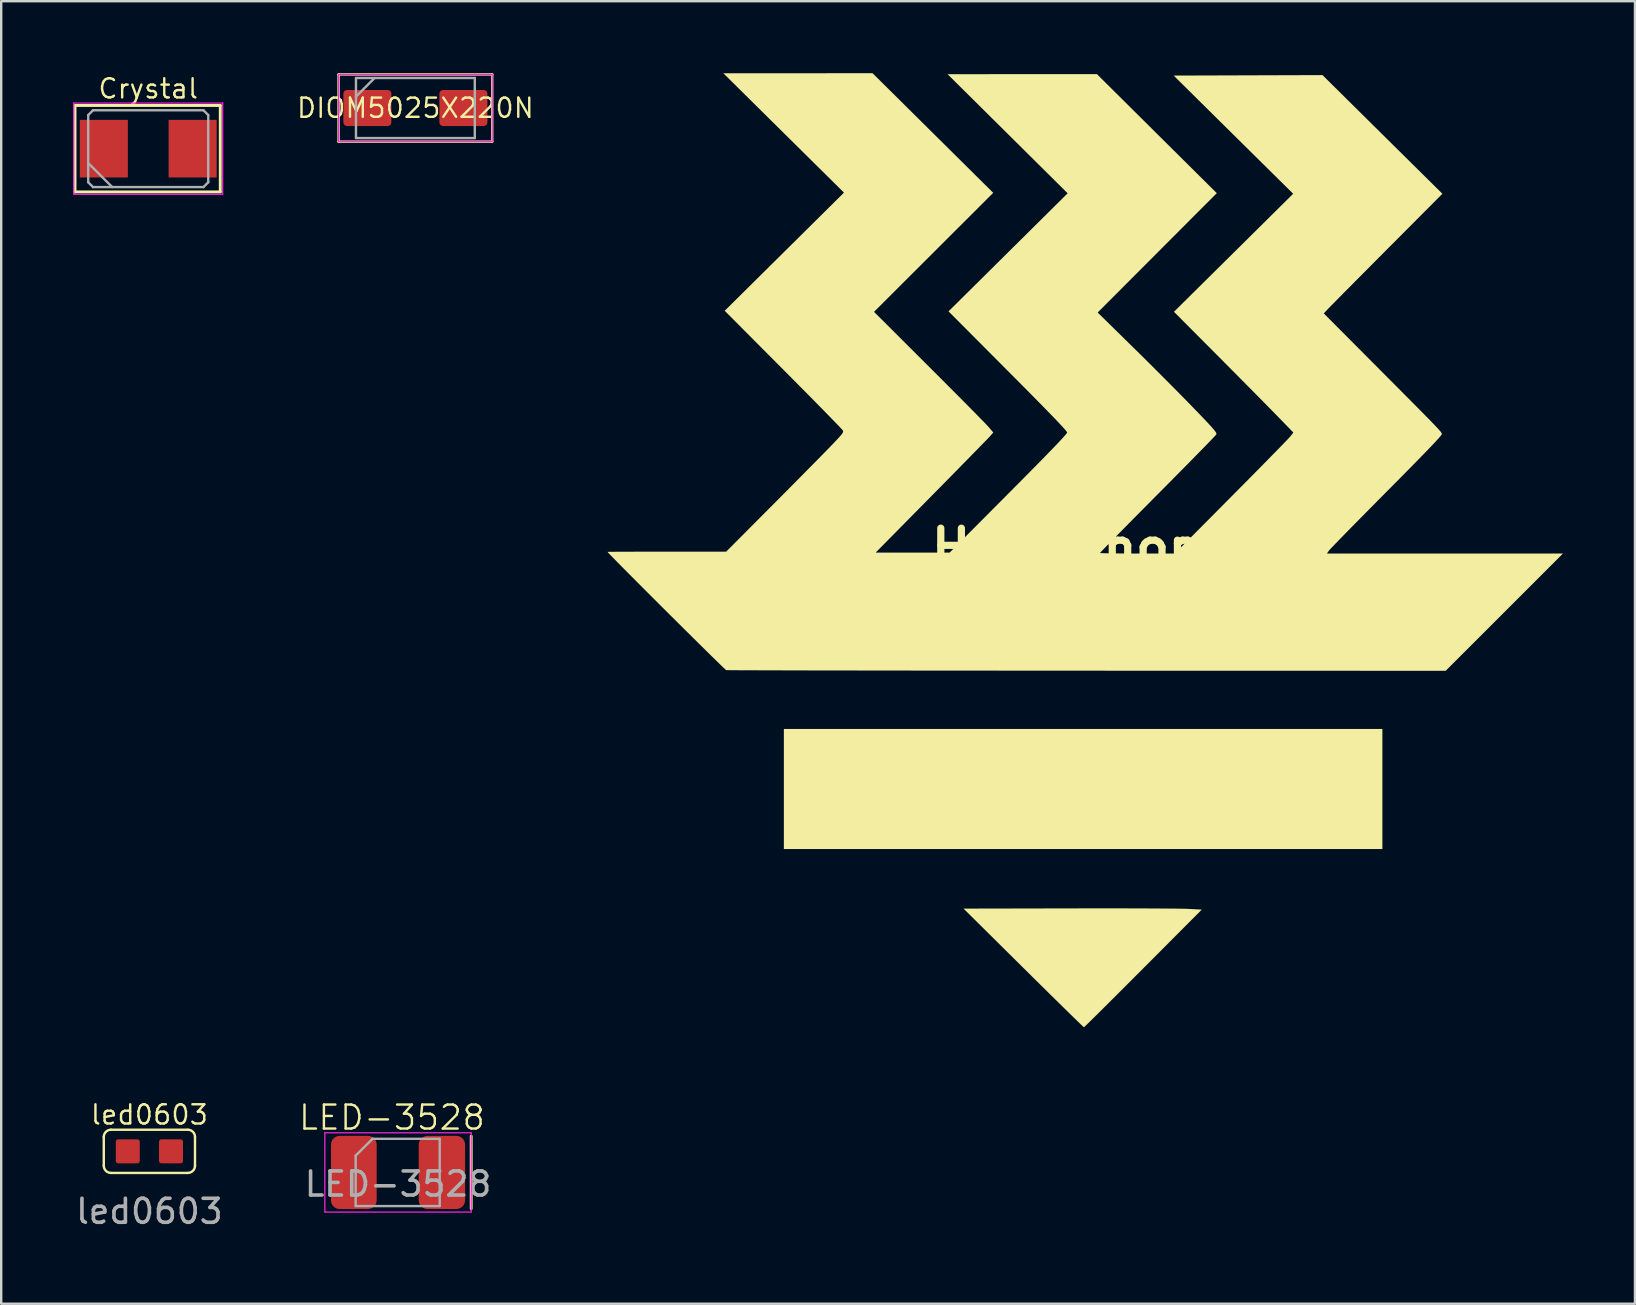
<source format=kicad_pcb>
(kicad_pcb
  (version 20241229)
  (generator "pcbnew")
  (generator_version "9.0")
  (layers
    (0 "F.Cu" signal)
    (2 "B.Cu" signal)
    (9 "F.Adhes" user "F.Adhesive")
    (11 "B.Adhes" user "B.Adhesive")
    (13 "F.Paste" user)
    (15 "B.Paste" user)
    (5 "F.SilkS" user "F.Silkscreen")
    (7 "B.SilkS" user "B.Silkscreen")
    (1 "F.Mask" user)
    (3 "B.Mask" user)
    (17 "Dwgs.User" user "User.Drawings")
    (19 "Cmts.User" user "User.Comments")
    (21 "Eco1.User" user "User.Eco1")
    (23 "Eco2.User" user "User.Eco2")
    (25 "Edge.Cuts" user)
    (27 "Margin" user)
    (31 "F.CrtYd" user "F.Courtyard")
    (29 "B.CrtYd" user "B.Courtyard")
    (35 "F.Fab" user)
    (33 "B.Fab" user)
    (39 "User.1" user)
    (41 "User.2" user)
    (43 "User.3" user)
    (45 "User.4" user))
  (footprint "led0603"
    (layer "F.Cu")
    (at 3.173 44.909)
    (property "Reference" "led0603" (at 0 -1.524 0) (unlocked yes) (layer "F.SilkS") (effects (font (size 0.8 0.8) (thickness 0.1))))
    (attr smd)
    (fp_line (start -1.9 0.6) (end -1.9 -0.6) (stroke (width 0.1) (type default)) (layer "F.SilkS"))
    (fp_line (start -1.6 -0.9) (end 1.6 -0.9) (stroke (width 0.1) (type default)) (layer "F.SilkS"))
    (fp_line (start -1.6 0.9) (end 1.6 0.9) (stroke (width 0.1) (type default)) (layer "F.SilkS"))
    (fp_line (start 1.9 -0.6) (end 1.9 0.6) (stroke (width 0.1) (type default)) (layer "F.SilkS"))
    (fp_arc (start -1.9 -0.6) (mid -1.812132 -0.812132) (end -1.6 -0.9) (stroke (width 0.1) (type default)) (layer "F.SilkS"))
    (fp_arc (start -1.6 0.9) (mid -1.812132 0.812132) (end -1.9 0.6) (stroke (width 0.1) (type default)) (layer "F.SilkS"))
    (fp_arc (start 1.6 -0.9) (mid 1.812132 -0.812132) (end 1.9 -0.6) (stroke (width 0.1) (type default)) (layer "F.SilkS"))
    (fp_arc (start 1.9 0.6) (mid 1.812132 0.812132) (end 1.6 0.9) (stroke (width 0.1) (type default)) (layer "F.SilkS"))
    (fp_text user "${REFERENCE}" (at 0 2.5 0) (unlocked yes) (layer "F.Fab") (effects (font (size 1 1) (thickness 0.15))))
    (pad "1" smd roundrect (at -0.9 0) (size 1 1) (layers "F.Cu" "F.Mask" "F.Paste") (roundrect_rratio 0.1))
    (pad "2" smd roundrect (at 0.9 0) (size 1 1) (layers "F.Cu" "F.Mask" "F.Paste") (roundrect_rratio 0.1)))
  (footprint "Crystal"
    (layer "F.Cu")
    (at 3.125 3.143)
    (property "Reference" "Crystal" (at 0 -2.5 0) (unlocked yes) (layer "F.SilkS") (effects (font (size 0.8 0.8) (thickness 0.1))))
    (attr smd)
    (fp_line (start -3.05 -1.8) (end -3.05 1.8) (stroke (width 0.12) (type solid)) (layer "F.SilkS"))
    (fp_line (start -3.05 1.8) (end 3 1.8) (stroke (width 0.12) (type solid)) (layer "F.SilkS"))
    (fp_line (start 3 -1.8) (end -3.05 -1.8) (stroke (width 0.12) (type solid)) (layer "F.SilkS"))
    (fp_line (start 3 -1.8) (end 3 1.8) (stroke (width 0.12) (type solid)) (layer "F.SilkS"))
    (fp_line (start -3.1 -1.9) (end -3.1 1.9) (stroke (width 0.05) (type solid)) (layer "F.CrtYd"))
    (fp_line (start -3.1 1.9) (end 3.1 1.9) (stroke (width 0.05) (type solid)) (layer "F.CrtYd"))
    (fp_line (start 3.1 -1.9) (end -3.1 -1.9) (stroke (width 0.05) (type solid)) (layer "F.CrtYd"))
    (fp_line (start 3.1 1.9) (end 3.1 -1.9) (stroke (width 0.05) (type solid)) (layer "F.CrtYd"))
    (fp_line (start -2.5 -1.4) (end -2.3 -1.6) (stroke (width 0.1) (type solid)) (layer "F.Fab"))
    (fp_line (start -2.5 0.6) (end -1.5 1.6) (stroke (width 0.1) (type solid)) (layer "F.Fab"))
    (fp_line (start -2.5 1.4) (end -2.5 -1.4) (stroke (width 0.1) (type solid)) (layer "F.Fab"))
    (fp_line (start -2.3 -1.6) (end 2.3 -1.6) (stroke (width 0.1) (type solid)) (layer "F.Fab"))
    (fp_line (start -2.3 1.6) (end -2.5 1.4) (stroke (width 0.1) (type solid)) (layer "F.Fab"))
    (fp_line (start 2.3 -1.6) (end 2.5 -1.4) (stroke (width 0.1) (type solid)) (layer "F.Fab"))
    (fp_line (start 2.3 1.6) (end -2.3 1.6) (stroke (width 0.1) (type solid)) (layer "F.Fab"))
    (fp_line (start 2.5 -1.4) (end 2.5 1.4) (stroke (width 0.1) (type solid)) (layer "F.Fab"))
    (fp_line (start 2.5 1.4) (end 2.3 1.6) (stroke (width 0.1) (type solid)) (layer "F.Fab"))
    (pad "1" smd rect (at -1.85 0) (size 2 2.4) (layers "F.Cu" "F.Mask" "F.Paste"))
    (pad "2" smd rect (at 1.85 0) (size 2 2.4) (layers "F.Cu" "F.Mask" "F.Paste")))
  (footprint "DIOM5025X220N"
    (layer "F.Cu")
    (at 14.253 1.45)
    (property "Reference" "DIOM5025X220N" (at 0 0 0) (layer "F.SilkS") (effects (font (size 0.8 0.8) (thickness 0.1))))
    (attr smd)
    (fp_line (start -3.2 1.4) (end -3.2 -1.4) (stroke (width 0.1) (type solid)) (layer "F.SilkS"))
    (fp_line (start -3.2 1.4) (end 3.2 1.4) (stroke (width 0.1) (type solid)) (layer "F.SilkS"))
    (fp_line (start 3.2 -1.4) (end -3.2 -1.4) (stroke (width 0.1) (type solid)) (layer "F.SilkS"))
    (fp_line (start 3.2 -1.4) (end 3.2 1.4) (stroke (width 0.1) (type solid)) (layer "F.SilkS"))
    (fp_line (start -3.2 -1.4) (end 3.2 -1.4) (stroke (width 0.05) (type solid)) (layer "F.CrtYd"))
    (fp_line (start -3.2 1.4) (end -3.2 -1.4) (stroke (width 0.05) (type solid)) (layer "F.CrtYd"))
    (fp_line (start 3.2 -1.4) (end 3.2 1.4) (stroke (width 0.05) (type solid)) (layer "F.CrtYd"))
    (fp_line (start 3.2 1.4) (end -3.2 1.4) (stroke (width 0.05) (type solid)) (layer "F.CrtYd"))
    (fp_line (start -2.475 -1.25) (end 2.475 -1.25) (stroke (width 0.1) (type solid)) (layer "F.Fab"))
    (fp_line (start -2.475 -0.475) (end -1.7 -1.25) (stroke (width 0.1) (type solid)) (layer "F.Fab"))
    (fp_line (start -2.475 1.25) (end -2.475 -1.25) (stroke (width 0.1) (type solid)) (layer "F.Fab"))
    (fp_line (start 2.475 -1.25) (end 2.475 1.25) (stroke (width 0.1) (type solid)) (layer "F.Fab"))
    (fp_line (start 2.475 1.25) (end -2.475 1.25) (stroke (width 0.1) (type solid)) (layer "F.Fab"))
    (pad "1" smd roundrect (at -2 0 90) (size 1.5 2) (layers "F.Cu" "F.Mask" "F.Paste") (roundrect_rratio 0.1))
    (pad "2" smd roundrect (at 2 0 90) (size 1.5 2) (layers "F.Cu" "F.Mask" "F.Paste") (roundrect_rratio 0.1)))
  (footprint "Hwa Chong"
    (layer "F.Cu")
    (at 42.068 19.773)
    (property "Reference" "Hwa Chong" (at 0 0 0) (layer "F.SilkS") (effects (font (size 1.5 1.5) (thickness 0.3))))
    (attr board_only exclude_from_pos_files exclude_from_bom)
    (fp_poly (pts (xy 12.466 10.043) (xy 12.466 12.544) (xy 0 12.544) (xy -12.466 12.544) (xy -12.466 10.043) (xy -12.466 7.542) (xy 0 7.542) (xy 12.466 7.542)) (stroke (width 0) (type solid)) (fill yes) (layer "F.SilkS"))
    (fp_poly (pts (xy 1.145 15.014) (xy 1.681 15.015) (xy 2.185 15.016) (xy 2.653 15.018) (xy 3.078 15.02) (xy 3.455 15.023) (xy 3.778 15.025) (xy 4.041 15.029) (xy 4.239 15.032) (xy 4.365 15.036) (xy 4.377 15.037) (xy 4.943 15.067) (xy 2.502 17.518) (xy 2.139 17.881) (xy 1.793 18.228) (xy 1.466 18.555) (xy 1.162 18.858) (xy 0.887 19.132) (xy 0.642 19.375) (xy 0.433 19.581) (xy 0.264 19.748) (xy 0.138 19.87) (xy 0.06 19.945) (xy 0.033 19.968) (xy 0.002 19.941) (xy -0.081 19.863) (xy -0.211 19.738) (xy -0.384 19.569) (xy -0.598 19.361) (xy -0.846 19.117) (xy -1.127 18.841) (xy -1.435 18.538) (xy -1.767 18.21) (xy -2.118 17.863) (xy -2.485 17.499) (xy -2.488 17.497) (xy -4.982 15.025) (xy -0.586 15.016) (xy 0.006 15.015) (xy 0.585 15.014)) (stroke (width 0) (type solid)) (fill yes) (layer "F.SilkS"))
    (fp_poly (pts (xy -6.258 -17.282) (xy -3.745 -14.791) (xy -6.227 -12.312) (xy -8.71 -9.833) (xy -6.416 -7.544) (xy -6.059 -7.188) (xy -5.715 -6.843) (xy -5.388 -6.515) (xy -5.082 -6.207) (xy -4.802 -5.925) (xy -4.553 -5.672) (xy -4.339 -5.454) (xy -4.164 -5.276) (xy -4.034 -5.141) (xy -3.953 -5.054) (xy -3.932 -5.031) (xy -3.742 -4.807) (xy -3.888 -4.64) (xy -3.938 -4.587) (xy -4.038 -4.483) (xy -4.185 -4.333) (xy -4.373 -4.14) (xy -4.599 -3.909) (xy -4.858 -3.645) (xy -5.145 -3.352) (xy -5.457 -3.034) (xy -5.789 -2.697) (xy -6.137 -2.344) (xy -6.339 -2.139) (xy -8.642 0.195) (xy -7.102 0.195) (xy -5.561 0.195) (xy -3.113 -2.265) (xy -2.637 -2.744) (xy -2.215 -3.17) (xy -1.847 -3.543) (xy -1.531 -3.866) (xy -1.267 -4.139) (xy -1.051 -4.364) (xy -0.885 -4.542) (xy -0.766 -4.674) (xy -0.693 -4.761) (xy -0.665 -4.805) (xy -0.664 -4.808) (xy -0.686 -4.846) (xy -0.753 -4.927) (xy -0.865 -5.052) (xy -1.024 -5.223) (xy -1.232 -5.441) (xy -1.489 -5.706) (xy -1.797 -6.021) (xy -2.157 -6.386) (xy -2.57 -6.804) (xy -3.038 -7.274) (xy -3.136 -7.372) (xy -5.607 -9.853) (xy -3.126 -12.312) (xy -0.645 -14.771) (xy -3.146 -17.252) (xy -5.647 -19.733) (xy -2.535 -19.734) (xy 0.576 -19.734) (xy 3.072 -17.255) (xy 5.568 -14.777) (xy 3.087 -12.291) (xy 0.606 -9.805) (xy 2.074 -8.363) (xy 2.402 -8.041) (xy 2.749 -7.697) (xy 3.105 -7.342) (xy 3.459 -6.987) (xy 3.799 -6.645) (xy 4.114 -6.326) (xy 4.392 -6.042) (xy 4.566 -5.863) (xy 4.831 -5.589) (xy 5.045 -5.365) (xy 5.215 -5.185) (xy 5.344 -5.045) (xy 5.437 -4.938) (xy 5.5 -4.859) (xy 5.537 -4.803) (xy 5.552 -4.764) (xy 5.551 -4.735) (xy 5.547 -4.725) (xy 5.514 -4.686) (xy 5.429 -4.596) (xy 5.298 -4.458) (xy 5.123 -4.278) (xy 4.909 -4.059) (xy 4.661 -3.806) (xy 4.382 -3.521) (xy 4.075 -3.211) (xy 3.746 -2.878) (xy 3.399 -2.527) (xy 3.104 -2.231) (xy 2.745 -1.869) (xy 2.403 -1.524) (xy 2.081 -1.199) (xy 1.783 -0.897) (xy 1.513 -0.623) (xy 1.275 -0.381) (xy 1.073 -0.175) (xy 0.911 -0.009) (xy 0.793 0.113) (xy 0.722 0.187) (xy 0.703 0.21) (xy 0.741 0.215) (xy 0.849 0.22) (xy 1.018 0.225) (xy 1.24 0.228) (xy 1.508 0.231) (xy 1.812 0.233) (xy 2.145 0.234) (xy 2.261 0.234) (xy 3.82 0.234) (xy 6.159 -2.121) (xy 6.517 -2.482) (xy 6.861 -2.829) (xy 7.187 -3.159) (xy 7.491 -3.467) (xy 7.768 -3.75) (xy 8.014 -4.001) (xy 8.226 -4.218) (xy 8.397 -4.395) (xy 8.525 -4.528) (xy 8.605 -4.614) (xy 8.629 -4.641) (xy 8.758 -4.805) (xy 8.064 -5.519) (xy 7.91 -5.677) (xy 7.707 -5.883) (xy 7.465 -6.129) (xy 7.188 -6.409) (xy 6.886 -6.715) (xy 6.565 -7.039) (xy 6.232 -7.375) (xy 5.895 -7.714) (xy 5.577 -8.034) (xy 3.784 -9.835) (xy 6.266 -12.293) (xy 8.749 -14.752) (xy 6.26 -17.213) (xy 3.771 -19.675) (xy 6.871 -19.685) (xy 9.971 -19.695) (xy 12.468 -17.223) (xy 14.966 -14.752) (xy 12.689 -12.466) (xy 12.334 -12.109) (xy 11.992 -11.765) (xy 11.666 -11.437) (xy 11.362 -11.131) (xy 11.084 -10.85) (xy 10.835 -10.6) (xy 10.622 -10.385) (xy 10.449 -10.209) (xy 10.319 -10.077) (xy 10.238 -9.994) (xy 10.219 -9.974) (xy 10.025 -9.768) (xy 12.213 -7.57) (xy 12.66 -7.121) (xy 13.056 -6.724) (xy 13.402 -6.375) (xy 13.704 -6.072) (xy 13.963 -5.81) (xy 14.182 -5.588) (xy 14.367 -5.4) (xy 14.518 -5.245) (xy 14.64 -5.118) (xy 14.736 -5.017) (xy 14.809 -4.938) (xy 14.862 -4.877) (xy 14.899 -4.832) (xy 14.922 -4.798) (xy 14.936 -4.774) (xy 14.942 -4.754) (xy 14.944 -4.744) (xy 14.929 -4.712) (xy 14.876 -4.644) (xy 14.783 -4.538) (xy 14.65 -4.393) (xy 14.473 -4.206) (xy 14.251 -3.975) (xy 13.982 -3.699) (xy 13.665 -3.375) (xy 13.296 -3.001) (xy 12.874 -2.575) (xy 12.645 -2.345) (xy 12.291 -1.988) (xy 11.951 -1.644) (xy 11.63 -1.319) (xy 11.331 -1.016) (xy 11.06 -0.74) (xy 10.821 -0.496) (xy 10.617 -0.286) (xy 10.453 -0.116) (xy 10.333 0.009) (xy 10.262 0.086) (xy 10.244 0.107) (xy 10.155 0.234) (xy 15.071 0.234) (xy 19.988 0.234) (xy 17.546 2.677) (xy 15.103 5.119) (xy 0.156 5.115) (xy -0.921 5.114) (xy -1.978 5.114) (xy -3.013 5.113) (xy -4.023 5.112) (xy -5.005 5.112) (xy -5.957 5.111) (xy -6.875 5.11) (xy -7.758 5.109) (xy -8.602 5.108) (xy -9.405 5.107) (xy -10.164 5.106) (xy -10.877 5.105) (xy -11.54 5.104) (xy -12.151 5.102) (xy -12.707 5.101) (xy -13.207 5.1) (xy -13.646 5.098) (xy -14.022 5.097) (xy -14.333 5.096) (xy -14.575 5.094) (xy -14.747 5.093) (xy -14.845 5.092) (xy -14.869 5.091) (xy -14.903 5.062) (xy -14.988 4.983) (xy -15.118 4.858) (xy -15.288 4.692) (xy -15.494 4.49) (xy -15.731 4.257) (xy -15.994 3.997) (xy -16.278 3.716) (xy -16.579 3.418) (xy -16.891 3.108) (xy -17.21 2.791) (xy -17.531 2.471) (xy -17.849 2.154) (xy -18.16 1.843) (xy -18.458 1.545) (xy -18.738 1.263) (xy -18.997 1.004) (xy -19.228 0.77) (xy -19.427 0.568) (xy -19.59 0.401) (xy -19.712 0.276) (xy -19.787 0.195) (xy -19.811 0.166) (xy -19.774 0.164) (xy -19.664 0.163) (xy -19.49 0.161) (xy -19.257 0.16) (xy -18.972 0.159) (xy -18.642 0.158) (xy -18.273 0.157) (xy -17.872 0.157) (xy -17.446 0.156) (xy -17.34 0.156) (xy -14.868 0.156) (xy -13.05 -1.671) (xy -12.716 -2.006) (xy -12.381 -2.343) (xy -12.053 -2.674) (xy -11.738 -2.992) (xy -11.443 -3.291) (xy -11.175 -3.562) (xy -10.941 -3.8) (xy -10.748 -3.996) (xy -10.603 -4.145) (xy -10.596 -4.152) (xy -10.394 -4.362) (xy -10.241 -4.523) (xy -10.131 -4.644) (xy -10.057 -4.731) (xy -10.015 -4.794) (xy -9.998 -4.838) (xy -9.999 -4.872) (xy -10.008 -4.893) (xy -10.042 -4.933) (xy -10.127 -5.024) (xy -10.259 -5.162) (xy -10.435 -5.343) (xy -10.649 -5.563) (xy -10.899 -5.818) (xy -11.179 -6.103) (xy -11.487 -6.415) (xy -11.818 -6.749) (xy -12.167 -7.101) (xy -12.492 -7.428) (xy -14.93 -9.877) (xy -12.446 -12.338) (xy -9.962 -14.799) (xy -12.474 -17.285) (xy -14.986 -19.771) (xy -11.878 -19.772) (xy -8.771 -19.773)) (stroke (width 0) (type solid)) (fill yes) (layer "F.SilkS")))
  (footprint "LED-3528"
    (layer "F.Cu")
    (at 13.53 45.788)
    (property "Reference" "LED-3528" (at -0.254 -2.286 0) (unlocked yes) (layer "F.SilkS") (effects (font (size 1 1) (thickness 0.1))))
    (attr smd)
    (fp_line (start 3.048 -1.51) (end 3.048 1.51) (stroke (width 0.12) (type solid)) (layer "F.SilkS"))
    (fp_line (start -3.048 -1.65) (end 3.048 -1.65) (stroke (width 0.05) (type solid)) (layer "F.CrtYd"))
    (fp_line (start -3.048 1.65) (end -3.048 -1.65) (stroke (width 0.05) (type solid)) (layer "F.CrtYd"))
    (fp_line (start 3.048 -1.65) (end 3.048 1.65) (stroke (width 0.05) (type solid)) (layer "F.CrtYd"))
    (fp_line (start 3.048 1.65) (end -3.048 1.65) (stroke (width 0.05) (type solid)) (layer "F.CrtYd"))
    (fp_line (start -1.764 -0.7) (end -1.764 1.4) (stroke (width 0.1) (type solid)) (layer "F.Fab"))
    (fp_line (start -1.764 1.4) (end 1.736 1.4) (stroke (width 0.1) (type solid)) (layer "F.Fab"))
    (fp_line (start -1.063 -1.4) (end -1.764 -0.7) (stroke (width 0.1) (type solid)) (layer "F.Fab"))
    (fp_line (start 1.736 -1.4) (end -1.063 -1.4) (stroke (width 0.1) (type solid)) (layer "F.Fab"))
    (fp_line (start 1.736 1.4) (end 1.736 -1.4) (stroke (width 0.1) (type solid)) (layer "F.Fab"))
    (fp_text user "${REFERENCE}" (at 0 0.484 0) (unlocked yes) (layer "F.Fab") (effects (font (size 1 1) (thickness 0.15))))
    (pad "1" smd roundrect (at 1.828 0) (size 1.933 3.048) (layers "F.Cu" "F.Mask" "F.Paste") (roundrect_rratio 0.189))
    (pad "2" smd roundrect (at -1.841 0) (size 1.905 3.048) (layers "F.Cu" "F.Mask" "F.Paste") (roundrect_rratio 0.189)))
  (gr_rect
    (start -3 -3)
    (end 65.056 51.257)
    (stroke (width 0.1) (type default))
    (fill no)
    (layer "Edge.Cuts")))
</source>
